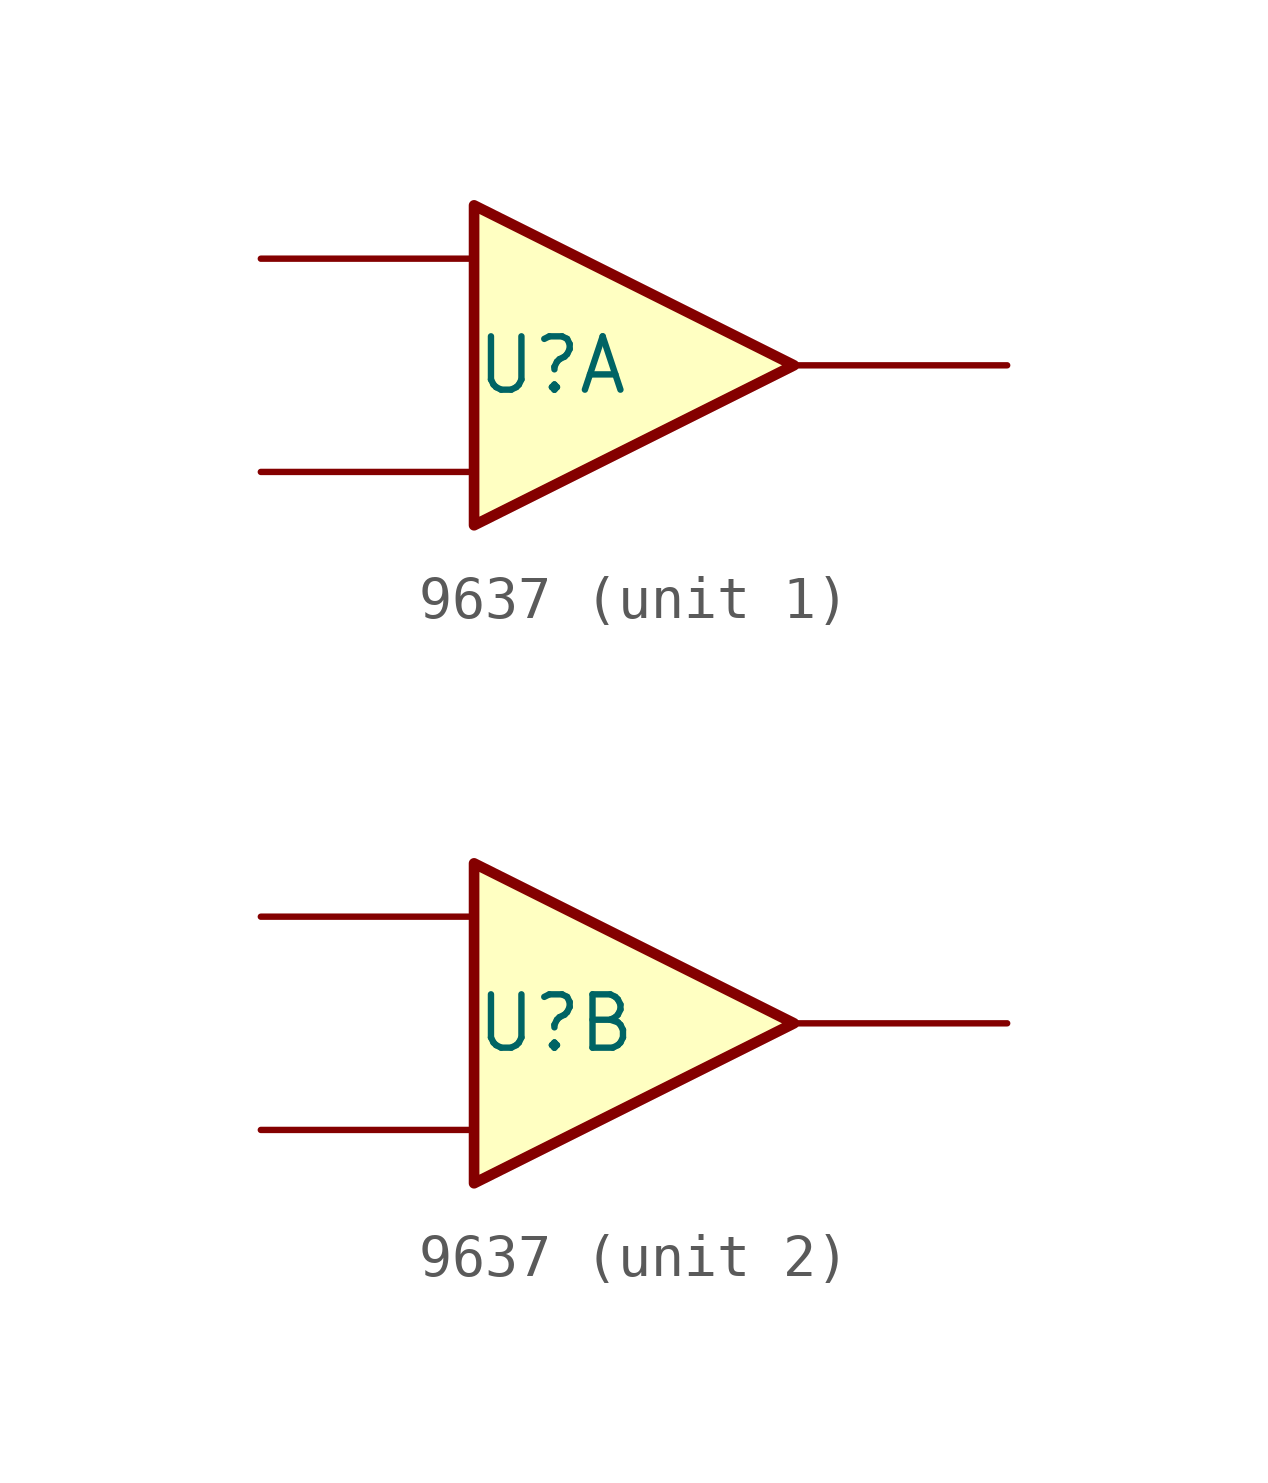
<source format=kicad_sym>
(kicad_symbol_lib
  (version 20211014)
  (generator kicad_symbol_editor)
  (symbol "9637"
    (property "Reference" "U"
      (at -2.54 0 0)
      (effects (font (size 1.27 1.27)) (justify left)))
    (symbol "9637_1_0"
      (polyline (pts (xy -2.54 3.81) (xy -2.54 -3.81) (xy 5.08 0) (xy -2.54 3.81)) (stroke (width 0.254) (type default) (color 0 0 0 0)) (fill (type background))))
    (symbol "9637_1_1"
      (pin passive line (at -7.62 -2.54 0) (length 5.08) (name "" (effects (font (size 1.27 1.27)))) (number "" (effects (font (size 1.27 1.27)))))
      (pin passive line (at -7.62 2.54 0) (length 5.08) (name "" (effects (font (size 1.27 1.27)))) (number "" (effects (font (size 1.27 1.27)))))
      (pin passive line (at 10.16 0 180) (length 5.08) (name "" (effects (font (size 1.27 1.27)))) (number "" (effects (font (size 1.27 1.27))))))
    (symbol "9637_2_0"
      (polyline (pts (xy -2.54 3.81) (xy -2.54 -3.81) (xy 5.08 0) (xy -2.54 3.81)) (stroke (width 0.254) (type default) (color 0 0 0 0)) (fill (type background))))
    (symbol "9637_2_1"
      (pin passive line (at -7.62 -2.54 0) (length 5.08) (name "" (effects (font (size 1.27 1.27)))) (number "" (effects (font (size 1.27 1.27)))))
      (pin passive line (at -7.62 2.54 0) (length 5.08) (name "" (effects (font (size 1.27 1.27)))) (number "" (effects (font (size 1.27 1.27)))))
      (pin passive line (at 10.16 0 180) (length 5.08) (name "" (effects (font (size 1.27 1.27)))) (number "" (effects (font (size 1.27 1.27))))))))
</source>
